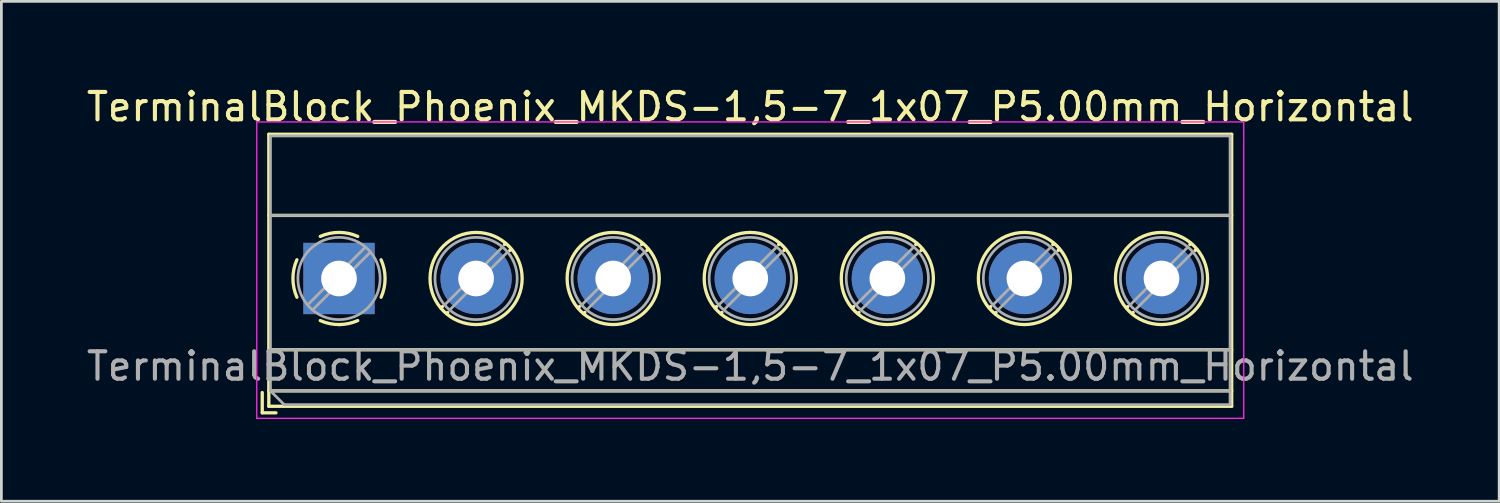
<source format=kicad_pcb>
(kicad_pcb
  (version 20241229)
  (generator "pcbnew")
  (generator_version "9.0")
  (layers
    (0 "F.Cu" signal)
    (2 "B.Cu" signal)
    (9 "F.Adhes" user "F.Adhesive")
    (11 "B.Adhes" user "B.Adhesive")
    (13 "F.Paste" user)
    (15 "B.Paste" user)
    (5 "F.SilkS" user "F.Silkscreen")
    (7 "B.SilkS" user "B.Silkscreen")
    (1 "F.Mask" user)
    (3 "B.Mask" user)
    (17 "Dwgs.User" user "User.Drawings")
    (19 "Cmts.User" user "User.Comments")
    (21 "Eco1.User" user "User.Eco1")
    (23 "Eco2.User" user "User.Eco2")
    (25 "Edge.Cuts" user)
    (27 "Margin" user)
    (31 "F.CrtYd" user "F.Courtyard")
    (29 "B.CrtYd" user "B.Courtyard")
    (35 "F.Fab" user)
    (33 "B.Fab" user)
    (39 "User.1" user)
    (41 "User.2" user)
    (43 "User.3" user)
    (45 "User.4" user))
  (footprint "TerminalBlock_Phoenix_MKDS-1,5-7_1x07_P5.00mm_Horizontal"
    (layer "F.Cu")
    (at 9.315 7.108)
    (property "Reference" "TerminalBlock_Phoenix_MKDS-1,5-7_1x07_P5.00mm_Horizontal" (at 15 -6.26 0) (layer "F.SilkS") (effects (font (size 1 1) (thickness 0.15))))
    (attr through_hole)
    (fp_line (start -2.8 4.16) (end -2.8 4.9) (stroke (width 0.12) (type solid)) (layer "F.SilkS"))
    (fp_line (start -2.8 4.9) (end -2.3 4.9) (stroke (width 0.12) (type solid)) (layer "F.SilkS"))
    (fp_line (start -2.56 -5.261) (end -2.56 4.66) (stroke (width 0.12) (type solid)) (layer "F.SilkS"))
    (fp_line (start -2.56 -5.261) (end 32.56 -5.261) (stroke (width 0.12) (type solid)) (layer "F.SilkS"))
    (fp_line (start -2.56 -2.301) (end 32.56 -2.301) (stroke (width 0.12) (type solid)) (layer "F.SilkS"))
    (fp_line (start -2.56 2.6) (end 32.56 2.6) (stroke (width 0.12) (type solid)) (layer "F.SilkS"))
    (fp_line (start -2.56 4.1) (end 32.56 4.1) (stroke (width 0.12) (type solid)) (layer "F.SilkS"))
    (fp_line (start -2.56 4.66) (end 32.56 4.66) (stroke (width 0.12) (type solid)) (layer "F.SilkS"))
    (fp_line (start 3.773 1.023) (end 3.726 1.069) (stroke (width 0.12) (type solid)) (layer "F.SilkS"))
    (fp_line (start 3.966 1.239) (end 3.931 1.274) (stroke (width 0.12) (type solid)) (layer "F.SilkS"))
    (fp_line (start 6.07 -1.275) (end 6.035 -1.239) (stroke (width 0.12) (type solid)) (layer "F.SilkS"))
    (fp_line (start 6.275 -1.069) (end 6.228 -1.023) (stroke (width 0.12) (type solid)) (layer "F.SilkS"))
    (fp_line (start 8.773 1.023) (end 8.726 1.069) (stroke (width 0.12) (type solid)) (layer "F.SilkS"))
    (fp_line (start 8.966 1.239) (end 8.931 1.274) (stroke (width 0.12) (type solid)) (layer "F.SilkS"))
    (fp_line (start 11.07 -1.275) (end 11.035 -1.239) (stroke (width 0.12) (type solid)) (layer "F.SilkS"))
    (fp_line (start 11.275 -1.069) (end 11.228 -1.023) (stroke (width 0.12) (type solid)) (layer "F.SilkS"))
    (fp_line (start 13.773 1.023) (end 13.726 1.069) (stroke (width 0.12) (type solid)) (layer "F.SilkS"))
    (fp_line (start 13.966 1.239) (end 13.931 1.274) (stroke (width 0.12) (type solid)) (layer "F.SilkS"))
    (fp_line (start 16.07 -1.275) (end 16.035 -1.239) (stroke (width 0.12) (type solid)) (layer "F.SilkS"))
    (fp_line (start 16.275 -1.069) (end 16.228 -1.023) (stroke (width 0.12) (type solid)) (layer "F.SilkS"))
    (fp_line (start 18.773 1.023) (end 18.726 1.069) (stroke (width 0.12) (type solid)) (layer "F.SilkS"))
    (fp_line (start 18.966 1.239) (end 18.931 1.274) (stroke (width 0.12) (type solid)) (layer "F.SilkS"))
    (fp_line (start 21.07 -1.275) (end 21.035 -1.239) (stroke (width 0.12) (type solid)) (layer "F.SilkS"))
    (fp_line (start 21.275 -1.069) (end 21.228 -1.023) (stroke (width 0.12) (type solid)) (layer "F.SilkS"))
    (fp_line (start 23.773 1.023) (end 23.726 1.069) (stroke (width 0.12) (type solid)) (layer "F.SilkS"))
    (fp_line (start 23.966 1.239) (end 23.931 1.274) (stroke (width 0.12) (type solid)) (layer "F.SilkS"))
    (fp_line (start 26.07 -1.275) (end 26.035 -1.239) (stroke (width 0.12) (type solid)) (layer "F.SilkS"))
    (fp_line (start 26.275 -1.069) (end 26.228 -1.023) (stroke (width 0.12) (type solid)) (layer "F.SilkS"))
    (fp_line (start 28.773 1.023) (end 28.726 1.069) (stroke (width 0.12) (type solid)) (layer "F.SilkS"))
    (fp_line (start 28.966 1.239) (end 28.931 1.274) (stroke (width 0.12) (type solid)) (layer "F.SilkS"))
    (fp_line (start 31.07 -1.275) (end 31.035 -1.239) (stroke (width 0.12) (type solid)) (layer "F.SilkS"))
    (fp_line (start 31.275 -1.069) (end 31.228 -1.023) (stroke (width 0.12) (type solid)) (layer "F.SilkS"))
    (fp_line (start 32.56 -5.261) (end 32.56 4.66) (stroke (width 0.12) (type solid)) (layer "F.SilkS"))
    (fp_arc (start -1.535427 0.683042) (mid -1.680501 -0.000524) (end -1.535 -0.684) (stroke (width 0.12) (type solid)) (layer "F.SilkS"))
    (fp_arc (start -0.683042 -1.535427) (mid 0.000524 -1.680501) (end 0.684 -1.535) (stroke (width 0.12) (type solid)) (layer "F.SilkS"))
    (fp_arc (start 0.028805 1.680253) (mid -0.335551 1.646659) (end -0.684 1.535) (stroke (width 0.12) (type solid)) (layer "F.SilkS"))
    (fp_arc (start 0.683318 1.534756) (mid 0.349292 1.643288) (end 0 1.68) (stroke (width 0.12) (type solid)) (layer "F.SilkS"))
    (fp_arc (start 1.535427 -0.683042) (mid 1.680501 0.000524) (end 1.535 0.684) (stroke (width 0.12) (type solid)) (layer "F.SilkS"))
    (fp_circle (center 5 0) (end 6.68 0) (stroke (width 0.12) (type solid)) (fill no) (layer "F.SilkS"))
    (fp_circle (center 10 0) (end 11.68 0) (stroke (width 0.12) (type solid)) (fill no) (layer "F.SilkS"))
    (fp_circle (center 15 0) (end 16.68 0) (stroke (width 0.12) (type solid)) (fill no) (layer "F.SilkS"))
    (fp_circle (center 20 0) (end 21.68 0) (stroke (width 0.12) (type solid)) (fill no) (layer "F.SilkS"))
    (fp_circle (center 25 0) (end 26.68 0) (stroke (width 0.12) (type solid)) (fill no) (layer "F.SilkS"))
    (fp_circle (center 30 0) (end 31.68 0) (stroke (width 0.12) (type solid)) (fill no) (layer "F.SilkS"))
    (fp_line (start -3 -5.71) (end -3 5.1) (stroke (width 0.05) (type solid)) (layer "F.CrtYd"))
    (fp_line (start -3 5.1) (end 33 5.1) (stroke (width 0.05) (type solid)) (layer "F.CrtYd"))
    (fp_line (start 33 -5.71) (end -3 -5.71) (stroke (width 0.05) (type solid)) (layer "F.CrtYd"))
    (fp_line (start 33 5.1) (end 33 -5.71) (stroke (width 0.05) (type solid)) (layer "F.CrtYd"))
    (fp_line (start -2.5 -5.2) (end 32.5 -5.2) (stroke (width 0.1) (type solid)) (layer "F.Fab"))
    (fp_line (start -2.5 -2.3) (end 32.5 -2.3) (stroke (width 0.1) (type solid)) (layer "F.Fab"))
    (fp_line (start -2.5 2.6) (end 32.5 2.6) (stroke (width 0.1) (type solid)) (layer "F.Fab"))
    (fp_line (start -2.5 4.1) (end -2.5 -5.2) (stroke (width 0.1) (type solid)) (layer "F.Fab"))
    (fp_line (start -2.5 4.1) (end 32.5 4.1) (stroke (width 0.1) (type solid)) (layer "F.Fab"))
    (fp_line (start -2 4.6) (end -2.5 4.1) (stroke (width 0.1) (type solid)) (layer "F.Fab"))
    (fp_line (start 0.955 -1.138) (end -1.138 0.955) (stroke (width 0.1) (type solid)) (layer "F.Fab"))
    (fp_line (start 1.138 -0.955) (end -0.955 1.138) (stroke (width 0.1) (type solid)) (layer "F.Fab"))
    (fp_line (start 5.955 -1.138) (end 3.863 0.955) (stroke (width 0.1) (type solid)) (layer "F.Fab"))
    (fp_line (start 6.138 -0.955) (end 4.046 1.138) (stroke (width 0.1) (type solid)) (layer "F.Fab"))
    (fp_line (start 10.955 -1.138) (end 8.863 0.955) (stroke (width 0.1) (type solid)) (layer "F.Fab"))
    (fp_line (start 11.138 -0.955) (end 9.046 1.138) (stroke (width 0.1) (type solid)) (layer "F.Fab"))
    (fp_line (start 15.955 -1.138) (end 13.863 0.955) (stroke (width 0.1) (type solid)) (layer "F.Fab"))
    (fp_line (start 16.138 -0.955) (end 14.046 1.138) (stroke (width 0.1) (type solid)) (layer "F.Fab"))
    (fp_line (start 20.955 -1.138) (end 18.863 0.955) (stroke (width 0.1) (type solid)) (layer "F.Fab"))
    (fp_line (start 21.138 -0.955) (end 19.046 1.138) (stroke (width 0.1) (type solid)) (layer "F.Fab"))
    (fp_line (start 25.955 -1.138) (end 23.863 0.955) (stroke (width 0.1) (type solid)) (layer "F.Fab"))
    (fp_line (start 26.138 -0.955) (end 24.046 1.138) (stroke (width 0.1) (type solid)) (layer "F.Fab"))
    (fp_line (start 30.955 -1.138) (end 28.863 0.955) (stroke (width 0.1) (type solid)) (layer "F.Fab"))
    (fp_line (start 31.138 -0.955) (end 29.046 1.138) (stroke (width 0.1) (type solid)) (layer "F.Fab"))
    (fp_line (start 32.5 -5.2) (end 32.5 4.6) (stroke (width 0.1) (type solid)) (layer "F.Fab"))
    (fp_line (start 32.5 4.6) (end -2 4.6) (stroke (width 0.1) (type solid)) (layer "F.Fab"))
    (fp_circle (center 0 0) (end 1.5 0) (stroke (width 0.1) (type solid)) (fill no) (layer "F.Fab"))
    (fp_circle (center 5 0) (end 6.5 0) (stroke (width 0.1) (type solid)) (fill no) (layer "F.Fab"))
    (fp_circle (center 10 0) (end 11.5 0) (stroke (width 0.1) (type solid)) (fill no) (layer "F.Fab"))
    (fp_circle (center 15 0) (end 16.5 0) (stroke (width 0.1) (type solid)) (fill no) (layer "F.Fab"))
    (fp_circle (center 20 0) (end 21.5 0) (stroke (width 0.1) (type solid)) (fill no) (layer "F.Fab"))
    (fp_circle (center 25 0) (end 26.5 0) (stroke (width 0.1) (type solid)) (fill no) (layer "F.Fab"))
    (fp_circle (center 30 0) (end 31.5 0) (stroke (width 0.1) (type solid)) (fill no) (layer "F.Fab"))
    (fp_text user "${REFERENCE}" (at 15 3.2 0) (layer "F.Fab") (effects (font (size 1 1) (thickness 0.15))))
    (pad "1" thru_hole rect (at 0 0) (size 2.6 2.6) (drill 1.3) (layers "*.Cu" "*.Mask"))
    (pad "2" thru_hole circle (at 5 0) (size 2.6 2.6) (drill 1.3) (layers "*.Cu" "*.Mask"))
    (pad "3" thru_hole circle (at 10 0) (size 2.6 2.6) (drill 1.3) (layers "*.Cu" "*.Mask"))
    (pad "4" thru_hole circle (at 15 0) (size 2.6 2.6) (drill 1.3) (layers "*.Cu" "*.Mask"))
    (pad "5" thru_hole circle (at 20 0) (size 2.6 2.6) (drill 1.3) (layers "*.Cu" "*.Mask"))
    (pad "6" thru_hole circle (at 25 0) (size 2.6 2.6) (drill 1.3) (layers "*.Cu" "*.Mask"))
    (pad "7" thru_hole circle (at 30 0) (size 2.6 2.6) (drill 1.3) (layers "*.Cu" "*.Mask")))
  (gr_rect
    (start -3 -3)
    (end 51.631 15.233)
    (stroke (width 0.1) (type default))
    (fill no)
    (layer "Edge.Cuts")))
</source>
